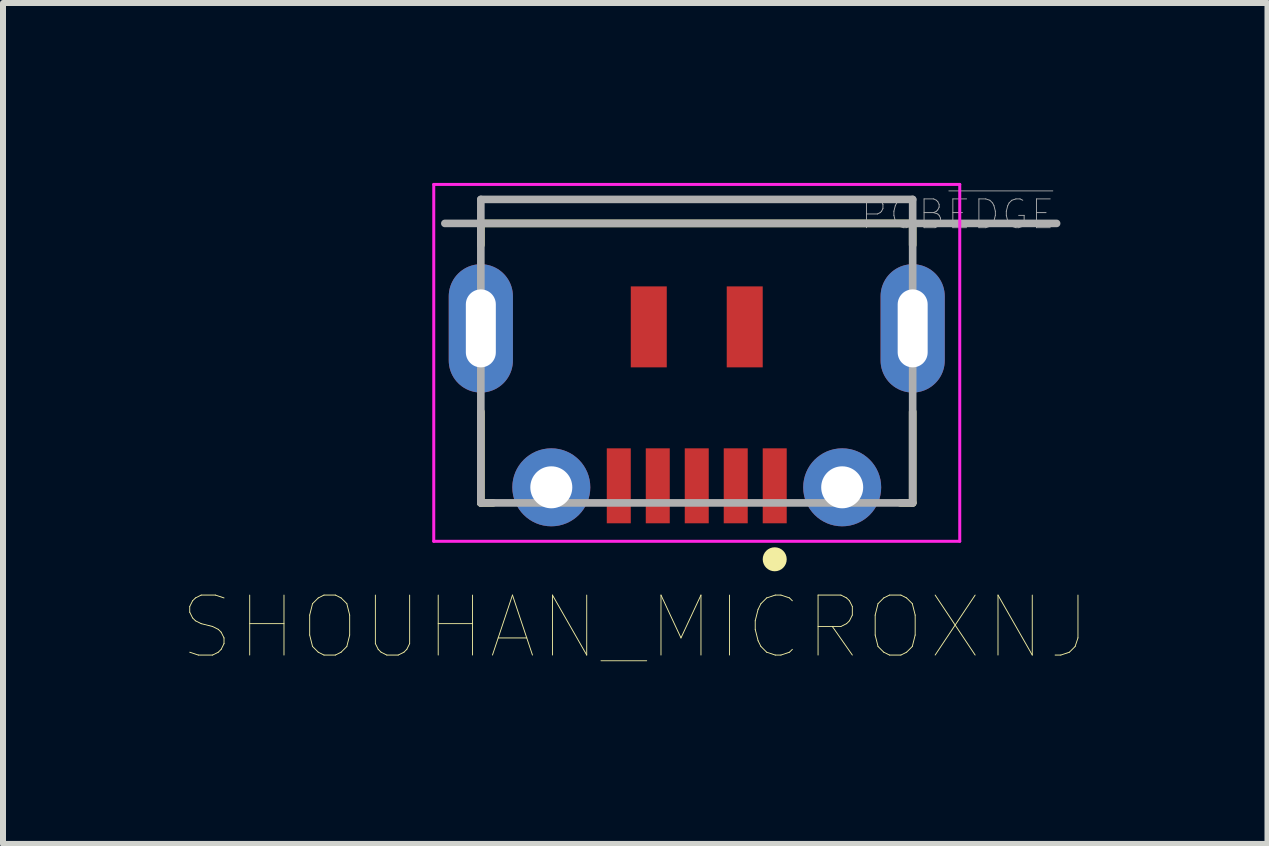
<source format=kicad_pcb>
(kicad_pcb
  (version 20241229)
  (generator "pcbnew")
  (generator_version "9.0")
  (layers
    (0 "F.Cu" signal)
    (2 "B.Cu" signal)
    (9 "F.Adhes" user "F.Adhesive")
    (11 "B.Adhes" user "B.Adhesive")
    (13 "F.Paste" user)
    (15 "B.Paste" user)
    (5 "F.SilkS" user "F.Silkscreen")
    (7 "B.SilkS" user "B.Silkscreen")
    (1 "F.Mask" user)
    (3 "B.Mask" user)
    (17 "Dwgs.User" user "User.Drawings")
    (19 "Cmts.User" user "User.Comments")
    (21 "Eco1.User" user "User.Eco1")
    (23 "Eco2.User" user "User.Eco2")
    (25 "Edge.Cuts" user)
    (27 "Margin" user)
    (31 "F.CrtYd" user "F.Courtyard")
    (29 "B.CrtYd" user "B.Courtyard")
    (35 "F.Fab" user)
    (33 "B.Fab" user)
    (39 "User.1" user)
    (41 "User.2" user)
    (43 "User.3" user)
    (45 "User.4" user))
  (footprint "SHOUHAN_MICROXNJ"
    (layer "F.Cu")
    (at 8.567 0.675)
    (property "Reference" "SHOUHAN_MICROXNJ" (at -1.025 6.735 0) (layer "F.SilkS") (effects (font (size 1 1) (thickness 0.015))))
    (attr through_hole)
    (fp_line (start -3.6 0) (end 3.6 0) (stroke (width 0.127) (type solid)) (layer "F.SilkS"))
    (fp_line (start -3.6 0.36) (end -3.6 0) (stroke (width 0.127) (type solid)) (layer "F.SilkS"))
    (fp_line (start -3.6 3.14) (end -3.6 4.66) (stroke (width 0.127) (type solid)) (layer "F.SilkS"))
    (fp_line (start -3.6 4.66) (end -3.395 4.66) (stroke (width 0.127) (type solid)) (layer "F.SilkS"))
    (fp_line (start 3.6 0) (end 3.6 0.36) (stroke (width 0.127) (type solid)) (layer "F.SilkS"))
    (fp_line (start 3.6 3.14) (end 3.6 4.66) (stroke (width 0.127) (type solid)) (layer "F.SilkS"))
    (fp_line (start 3.6 4.66) (end 3.395 4.66) (stroke (width 0.127) (type solid)) (layer "F.SilkS"))
    (fp_circle (center 1.3 5.6) (end 1.4 5.6) (stroke (width 0.2) (type solid)) (fill no) (layer "F.SilkS"))
    (fp_line (start -4.385 -0.65) (end 4.385 -0.65) (stroke (width 0.05) (type solid)) (layer "F.CrtYd"))
    (fp_line (start -4.385 5.3) (end -4.385 -0.65) (stroke (width 0.05) (type solid)) (layer "F.CrtYd"))
    (fp_line (start 4.385 -0.65) (end 4.385 5.3) (stroke (width 0.05) (type solid)) (layer "F.CrtYd"))
    (fp_line (start 4.385 5.3) (end -4.385 5.3) (stroke (width 0.05) (type solid)) (layer "F.CrtYd"))
    (fp_line (start -4.2 0) (end 6 0) (stroke (width 0.127) (type solid)) (layer "F.Fab"))
    (fp_line (start -3.6 -0.4) (end 3.6 -0.4) (stroke (width 0.127) (type solid)) (layer "F.Fab"))
    (fp_line (start -3.6 4.66) (end -3.6 -0.4) (stroke (width 0.127) (type solid)) (layer "F.Fab"))
    (fp_line (start 3.6 -0.4) (end 3.6 4.66) (stroke (width 0.127) (type solid)) (layer "F.Fab"))
    (fp_line (start 3.6 4.66) (end -3.6 4.66) (stroke (width 0.127) (type solid)) (layer "F.Fab"))
    (fp_text user "PCB~{EDGE}" (at 4.35 -0.15 0) (layer "F.Fab") (effects (font (size 0.48 0.48) (thickness 0.015))))
    (pad "1" smd rect (at 1.3 4.375) (size 0.4 1.25) (layers "F.Cu" "F.Mask" "F.Paste"))
    (pad "2" smd rect (at 0.65 4.375) (size 0.4 1.25) (layers "F.Cu" "F.Mask" "F.Paste"))
    (pad "3" smd rect (at 0 4.375) (size 0.4 1.25) (layers "F.Cu" "F.Mask" "F.Paste"))
    (pad "4" smd rect (at -0.65 4.375) (size 0.4 1.25) (layers "F.Cu" "F.Mask" "F.Paste"))
    (pad "5" smd rect (at -1.3 4.375) (size 0.4 1.25) (layers "F.Cu" "F.Mask" "F.Paste"))
    (pad "S" thru_hole oval (at -3.6 1.75) (size 1.07 2.14) (drill oval 0.5 1.3) (layers "*.Cu" "*.Mask"))
    (pad "S" thru_hole circle (at -2.425 4.4) (size 1.3 1.3) (drill 0.7) (layers "*.Cu" "*.Mask"))
    (pad "S" smd rect (at -0.8 1.725) (size 0.6 1.35) (layers "F.Cu" "F.Mask" "F.Paste"))
    (pad "S" smd rect (at 0.8 1.725) (size 0.6 1.35) (layers "F.Cu" "F.Mask" "F.Paste"))
    (pad "S" thru_hole circle (at 2.425 4.4) (size 1.3 1.3) (drill 0.7) (layers "*.Cu" "*.Mask"))
    (pad "S" thru_hole oval (at 3.6 1.75) (size 1.07 2.14) (drill oval 0.5 1.3) (layers "*.Cu" "*.Mask")))
  (gr_rect
    (start -3 -3)
    (end 18.083 11.021)
    (stroke (width 0.1) (type default))
    (fill no)
    (layer "Edge.Cuts")))
</source>
